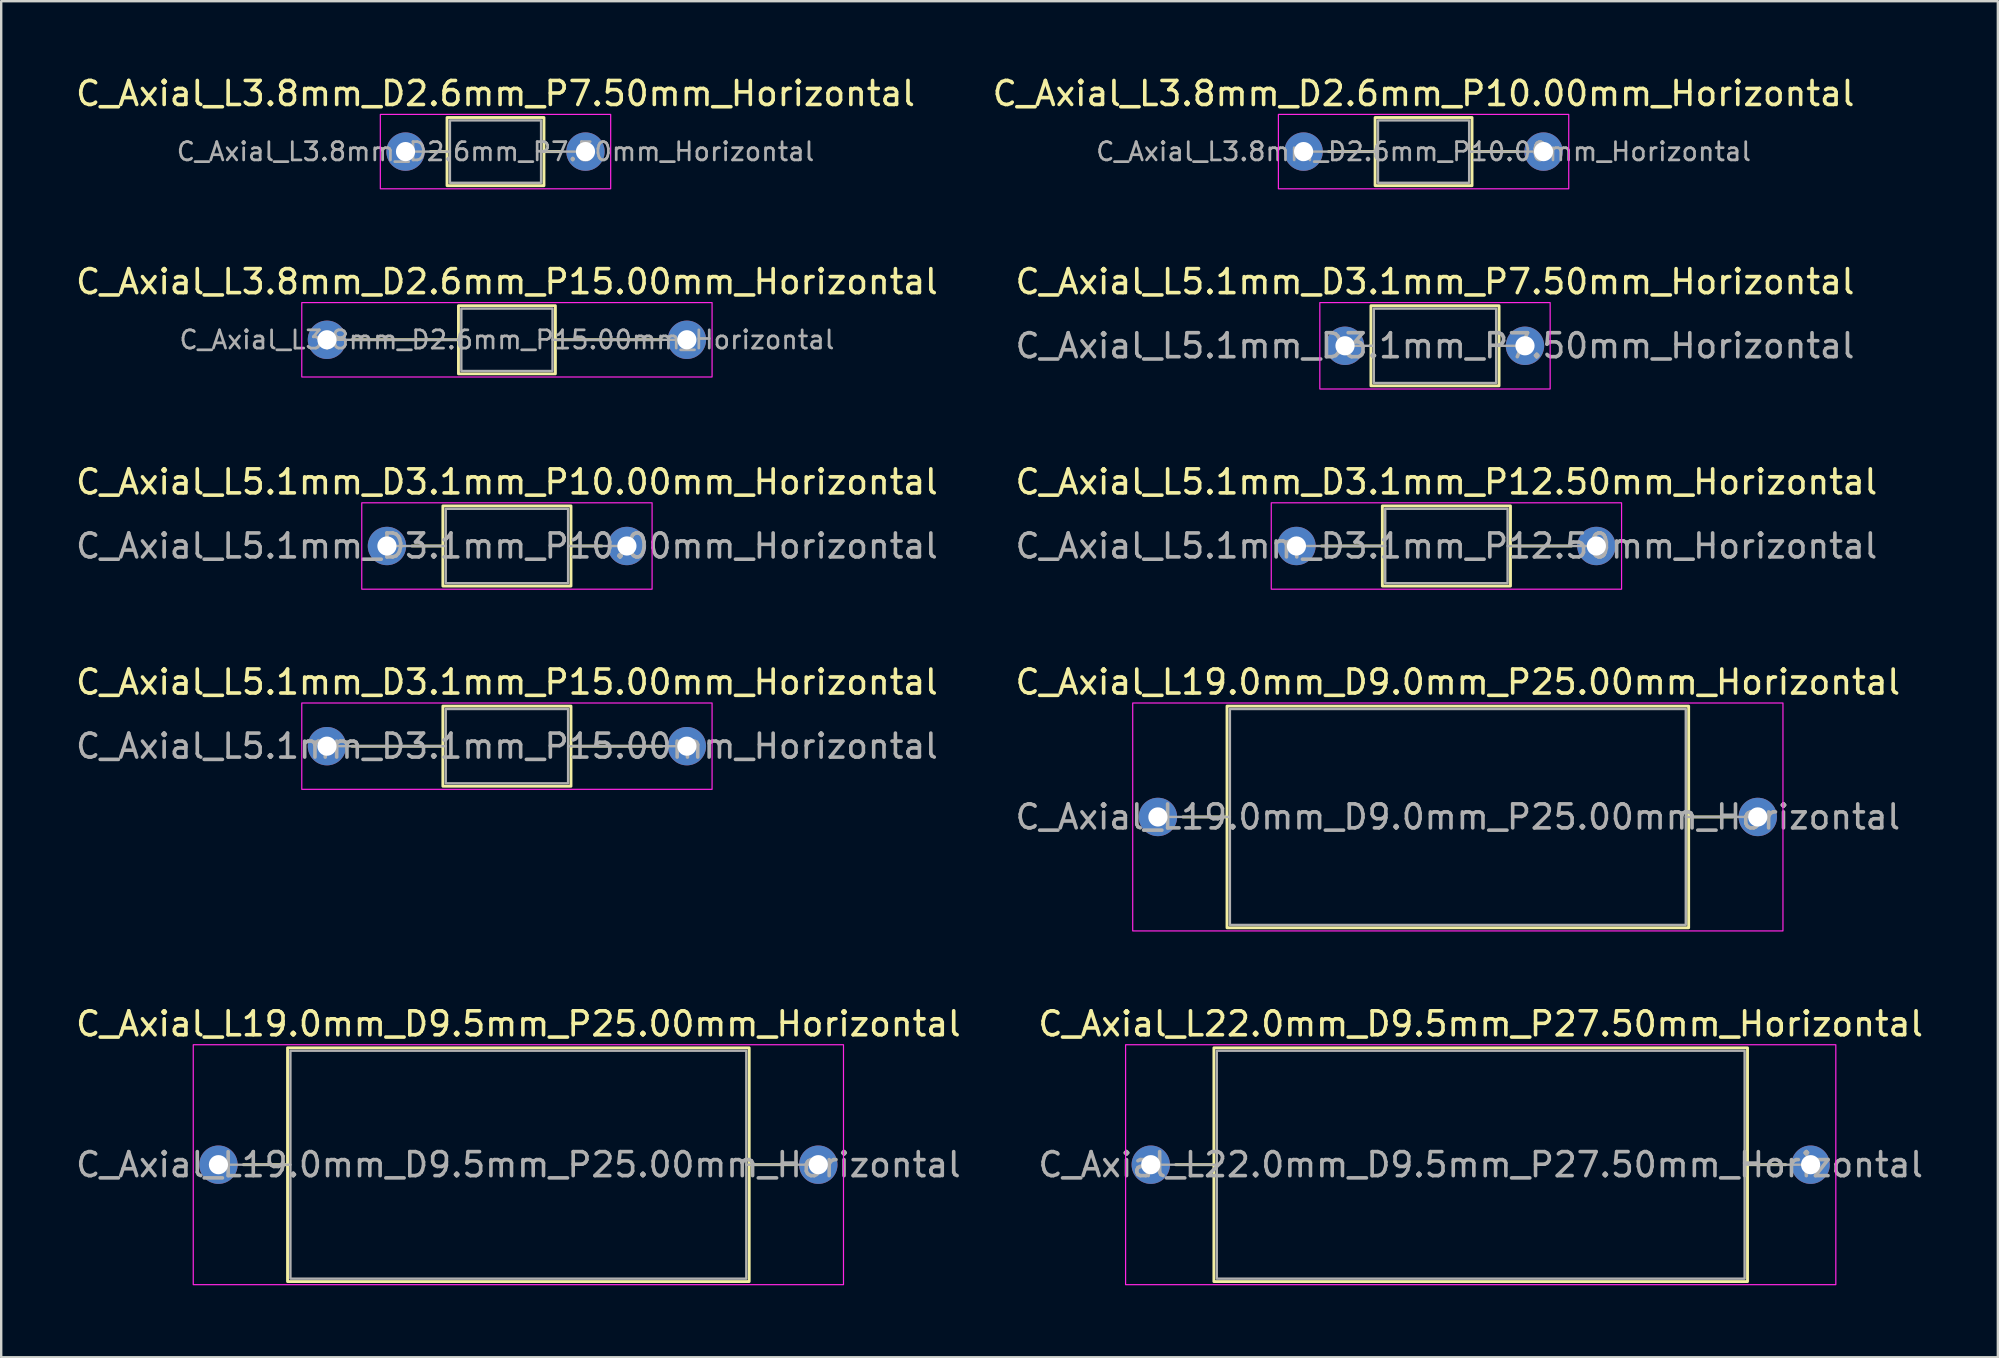
<source format=kicad_pcb>
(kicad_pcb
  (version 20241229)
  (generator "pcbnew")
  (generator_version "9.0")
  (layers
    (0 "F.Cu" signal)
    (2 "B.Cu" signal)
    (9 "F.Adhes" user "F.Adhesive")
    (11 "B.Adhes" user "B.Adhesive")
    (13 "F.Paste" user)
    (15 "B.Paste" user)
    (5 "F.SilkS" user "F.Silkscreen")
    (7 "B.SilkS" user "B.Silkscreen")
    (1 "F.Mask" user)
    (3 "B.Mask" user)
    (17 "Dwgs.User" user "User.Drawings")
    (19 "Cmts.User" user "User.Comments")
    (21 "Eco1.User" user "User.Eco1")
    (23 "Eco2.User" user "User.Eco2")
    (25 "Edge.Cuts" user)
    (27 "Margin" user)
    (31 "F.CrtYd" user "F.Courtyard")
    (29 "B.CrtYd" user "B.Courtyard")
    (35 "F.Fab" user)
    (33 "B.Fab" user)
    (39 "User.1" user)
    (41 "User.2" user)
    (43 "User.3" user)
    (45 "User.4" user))
  (footprint "C_Axial_L3.8mm_D2.6mm_P15.00mm_Horizontal"
    (layer "F.Cu")
    (at 10.577 11.111)
    (property "Reference" "C_Axial_L3.8mm_D2.6mm_P15.00mm_Horizontal" (at 7.5 -2.42 0) (layer "F.SilkS") (effects (font (size 1 1) (thickness 0.15))))
    (attr through_hole)
    (fp_line (start 1.04 0) (end 5.48 0) (stroke (width 0.12) (type solid)) (layer "F.SilkS"))
    (fp_line (start 13.96 0) (end 9.52 0) (stroke (width 0.12) (type solid)) (layer "F.SilkS"))
    (fp_rect (start 5.48 -1.42) (end 9.52 1.42) (stroke (width 0.12) (type solid)) (fill no) (layer "F.SilkS"))
    (fp_rect (start -1.05 -1.55) (end 16.05 1.55) (stroke (width 0.05) (type solid)) (fill no) (layer "F.CrtYd"))
    (fp_line (start 0 0) (end 5.6 0) (stroke (width 0.1) (type solid)) (layer "F.Fab"))
    (fp_line (start 15 0) (end 9.4 0) (stroke (width 0.1) (type solid)) (layer "F.Fab"))
    (fp_rect (start 5.6 -1.3) (end 9.4 1.3) (stroke (width 0.1) (type solid)) (fill no) (layer "F.Fab"))
    (fp_text user "${REFERENCE}" (at 7.5 0 0) (layer "F.Fab") (effects (font (size 0.76 0.76) (thickness 0.114))))
    (pad "1" thru_hole circle (at 0 0) (size 1.6 1.6) (drill 0.8) (layers "*.Cu" "*.Mask"))
    (pad "2" thru_hole circle (at 15 0) (size 1.6 1.6) (drill 0.8) (layers "*.Cu" "*.Mask")))
  (footprint "C_Axial_L3.8mm_D2.6mm_P7.50mm_Horizontal"
    (layer "F.Cu")
    (at 13.851 3.268)
    (property "Reference" "C_Axial_L3.8mm_D2.6mm_P7.50mm_Horizontal" (at 3.75 -2.42 0) (layer "F.SilkS") (effects (font (size 1 1) (thickness 0.15))))
    (attr through_hole)
    (fp_line (start 1.04 0) (end 1.73 0) (stroke (width 0.12) (type solid)) (layer "F.SilkS"))
    (fp_line (start 6.46 0) (end 5.77 0) (stroke (width 0.12) (type solid)) (layer "F.SilkS"))
    (fp_rect (start 1.73 -1.42) (end 5.77 1.42) (stroke (width 0.12) (type solid)) (fill no) (layer "F.SilkS"))
    (fp_rect (start -1.05 -1.55) (end 8.55 1.55) (stroke (width 0.05) (type solid)) (fill no) (layer "F.CrtYd"))
    (fp_line (start 0 0) (end 1.85 0) (stroke (width 0.1) (type solid)) (layer "F.Fab"))
    (fp_line (start 7.5 0) (end 5.65 0) (stroke (width 0.1) (type solid)) (layer "F.Fab"))
    (fp_rect (start 1.85 -1.3) (end 5.65 1.3) (stroke (width 0.1) (type solid)) (fill no) (layer "F.Fab"))
    (fp_text user "${REFERENCE}" (at 3.75 0 0) (layer "F.Fab") (effects (font (size 0.76 0.76) (thickness 0.114))))
    (pad "1" thru_hole circle (at 0 0) (size 1.6 1.6) (drill 0.8) (layers "*.Cu" "*.Mask"))
    (pad "2" thru_hole circle (at 7.5 0) (size 1.6 1.6) (drill 0.8) (layers "*.Cu" "*.Mask")))
  (footprint "C_Axial_L3.8mm_D2.6mm_P10.00mm_Horizontal"
    (layer "F.Cu")
    (at 51.28 3.268)
    (property "Reference" "C_Axial_L3.8mm_D2.6mm_P10.00mm_Horizontal" (at 5 -2.42 0) (layer "F.SilkS") (effects (font (size 1 1) (thickness 0.15))))
    (attr through_hole)
    (fp_line (start 1.04 0) (end 2.98 0) (stroke (width 0.12) (type solid)) (layer "F.SilkS"))
    (fp_line (start 8.96 0) (end 7.02 0) (stroke (width 0.12) (type solid)) (layer "F.SilkS"))
    (fp_rect (start 2.98 -1.42) (end 7.02 1.42) (stroke (width 0.12) (type solid)) (fill no) (layer "F.SilkS"))
    (fp_rect (start -1.05 -1.55) (end 11.05 1.55) (stroke (width 0.05) (type solid)) (fill no) (layer "F.CrtYd"))
    (fp_line (start 0 0) (end 3.1 0) (stroke (width 0.1) (type solid)) (layer "F.Fab"))
    (fp_line (start 10 0) (end 6.9 0) (stroke (width 0.1) (type solid)) (layer "F.Fab"))
    (fp_rect (start 3.1 -1.3) (end 6.9 1.3) (stroke (width 0.1) (type solid)) (fill no) (layer "F.Fab"))
    (fp_text user "${REFERENCE}" (at 5 0 0) (layer "F.Fab") (effects (font (size 0.76 0.76) (thickness 0.114))))
    (pad "1" thru_hole circle (at 0 0) (size 1.6 1.6) (drill 0.8) (layers "*.Cu" "*.Mask"))
    (pad "2" thru_hole circle (at 10 0) (size 1.6 1.6) (drill 0.8) (layers "*.Cu" "*.Mask")))
  (footprint "C_Axial_L19.0mm_D9.0mm_P25.00mm_Horizontal"
    (layer "F.Cu")
    (at 45.208 30.998)
    (property "Reference" "C_Axial_L19.0mm_D9.0mm_P25.00mm_Horizontal" (at 12.5 -5.62 0) (layer "F.SilkS") (effects (font (size 1 1) (thickness 0.15))))
    (attr through_hole)
    (fp_line (start 1.04 0) (end 2.88 0) (stroke (width 0.12) (type solid)) (layer "F.SilkS"))
    (fp_line (start 23.96 0) (end 22.12 0) (stroke (width 0.12) (type solid)) (layer "F.SilkS"))
    (fp_rect (start 2.88 -4.62) (end 22.12 4.62) (stroke (width 0.12) (type solid)) (fill no) (layer "F.SilkS"))
    (fp_rect (start -1.05 -4.75) (end 26.05 4.75) (stroke (width 0.05) (type solid)) (fill no) (layer "F.CrtYd"))
    (fp_line (start 0 0) (end 3 0) (stroke (width 0.1) (type solid)) (layer "F.Fab"))
    (fp_line (start 25 0) (end 22 0) (stroke (width 0.1) (type solid)) (layer "F.Fab"))
    (fp_rect (start 3 -4.5) (end 22 4.5) (stroke (width 0.1) (type solid)) (fill no) (layer "F.Fab"))
    (fp_text user "${REFERENCE}" (at 12.5 0 0) (layer "F.Fab") (effects (font (size 1 1) (thickness 0.15))))
    (pad "1" thru_hole circle (at 0 0) (size 1.6 1.6) (drill 0.8) (layers "*.Cu" "*.Mask"))
    (pad "2" thru_hole circle (at 25 0) (size 1.6 1.6) (drill 0.8) (layers "*.Cu" "*.Mask")))
  (footprint "C_Axial_L19.0mm_D9.5mm_P25.00mm_Horizontal"
    (layer "F.Cu")
    (at 6.054 45.491)
    (property "Reference" "C_Axial_L19.0mm_D9.5mm_P25.00mm_Horizontal" (at 12.5 -5.87 0) (layer "F.SilkS") (effects (font (size 1 1) (thickness 0.15))))
    (attr through_hole)
    (fp_line (start 1.04 0) (end 2.88 0) (stroke (width 0.12) (type solid)) (layer "F.SilkS"))
    (fp_line (start 23.96 0) (end 22.12 0) (stroke (width 0.12) (type solid)) (layer "F.SilkS"))
    (fp_rect (start 2.88 -4.87) (end 22.12 4.87) (stroke (width 0.12) (type solid)) (fill no) (layer "F.SilkS"))
    (fp_rect (start -1.05 -5) (end 26.05 5) (stroke (width 0.05) (type solid)) (fill no) (layer "F.CrtYd"))
    (fp_line (start 0 0) (end 3 0) (stroke (width 0.1) (type solid)) (layer "F.Fab"))
    (fp_line (start 25 0) (end 22 0) (stroke (width 0.1) (type solid)) (layer "F.Fab"))
    (fp_rect (start 3 -4.75) (end 22 4.75) (stroke (width 0.1) (type solid)) (fill no) (layer "F.Fab"))
    (fp_text user "${REFERENCE}" (at 12.5 0 0) (layer "F.Fab") (effects (font (size 1 1) (thickness 0.15))))
    (pad "1" thru_hole circle (at 0 0) (size 1.6 1.6) (drill 0.8) (layers "*.Cu" "*.Mask"))
    (pad "2" thru_hole circle (at 25 0) (size 1.6 1.6) (drill 0.8) (layers "*.Cu" "*.Mask")))
  (footprint "C_Axial_L5.1mm_D3.1mm_P12.50mm_Horizontal"
    (layer "F.Cu")
    (at 50.982 19.705)
    (property "Reference" "C_Axial_L5.1mm_D3.1mm_P12.50mm_Horizontal" (at 6.25 -2.67 0) (layer "F.SilkS") (effects (font (size 1 1) (thickness 0.15))))
    (attr through_hole)
    (fp_line (start 1.04 0) (end 3.58 0) (stroke (width 0.12) (type solid)) (layer "F.SilkS"))
    (fp_line (start 11.46 0) (end 8.92 0) (stroke (width 0.12) (type solid)) (layer "F.SilkS"))
    (fp_rect (start 3.58 -1.67) (end 8.92 1.67) (stroke (width 0.12) (type solid)) (fill no) (layer "F.SilkS"))
    (fp_rect (start -1.05 -1.8) (end 13.55 1.8) (stroke (width 0.05) (type solid)) (fill no) (layer "F.CrtYd"))
    (fp_line (start 0 0) (end 3.7 0) (stroke (width 0.1) (type solid)) (layer "F.Fab"))
    (fp_line (start 12.5 0) (end 8.8 0) (stroke (width 0.1) (type solid)) (layer "F.Fab"))
    (fp_rect (start 3.7 -1.55) (end 8.8 1.55) (stroke (width 0.1) (type solid)) (fill no) (layer "F.Fab"))
    (fp_text user "${REFERENCE}" (at 6.25 0 0) (layer "F.Fab") (effects (font (size 1 1) (thickness 0.15))))
    (pad "1" thru_hole circle (at 0 0) (size 1.6 1.6) (drill 0.8) (layers "*.Cu" "*.Mask"))
    (pad "2" thru_hole circle (at 12.5 0) (size 1.6 1.6) (drill 0.8) (layers "*.Cu" "*.Mask")))
  (footprint "C_Axial_L5.1mm_D3.1mm_P15.00mm_Horizontal"
    (layer "F.Cu")
    (at 10.577 28.048)
    (property "Reference" "C_Axial_L5.1mm_D3.1mm_P15.00mm_Horizontal" (at 7.5 -2.67 0) (layer "F.SilkS") (effects (font (size 1 1) (thickness 0.15))))
    (attr through_hole)
    (fp_line (start 1.04 0) (end 4.83 0) (stroke (width 0.12) (type solid)) (layer "F.SilkS"))
    (fp_line (start 13.96 0) (end 10.17 0) (stroke (width 0.12) (type solid)) (layer "F.SilkS"))
    (fp_rect (start 4.83 -1.67) (end 10.17 1.67) (stroke (width 0.12) (type solid)) (fill no) (layer "F.SilkS"))
    (fp_rect (start -1.05 -1.8) (end 16.05 1.8) (stroke (width 0.05) (type solid)) (fill no) (layer "F.CrtYd"))
    (fp_line (start 0 0) (end 4.95 0) (stroke (width 0.1) (type solid)) (layer "F.Fab"))
    (fp_line (start 15 0) (end 10.05 0) (stroke (width 0.1) (type solid)) (layer "F.Fab"))
    (fp_rect (start 4.95 -1.55) (end 10.05 1.55) (stroke (width 0.1) (type solid)) (fill no) (layer "F.Fab"))
    (fp_text user "${REFERENCE}" (at 7.5 0 0) (layer "F.Fab") (effects (font (size 1 1) (thickness 0.15))))
    (pad "1" thru_hole circle (at 0 0) (size 1.6 1.6) (drill 0.8) (layers "*.Cu" "*.Mask"))
    (pad "2" thru_hole circle (at 15 0) (size 1.6 1.6) (drill 0.8) (layers "*.Cu" "*.Mask")))
  (footprint "C_Axial_L22.0mm_D9.5mm_P27.50mm_Horizontal"
    (layer "F.Cu")
    (at 44.911 45.491)
    (property "Reference" "C_Axial_L22.0mm_D9.5mm_P27.50mm_Horizontal" (at 13.75 -5.87 0) (layer "F.SilkS") (effects (font (size 1 1) (thickness 0.15))))
    (attr through_hole)
    (fp_line (start 1.04 0) (end 2.63 0) (stroke (width 0.12) (type solid)) (layer "F.SilkS"))
    (fp_line (start 26.46 0) (end 24.87 0) (stroke (width 0.12) (type solid)) (layer "F.SilkS"))
    (fp_rect (start 2.63 -4.87) (end 24.87 4.87) (stroke (width 0.12) (type solid)) (fill no) (layer "F.SilkS"))
    (fp_rect (start -1.05 -5) (end 28.55 5) (stroke (width 0.05) (type solid)) (fill no) (layer "F.CrtYd"))
    (fp_line (start 0 0) (end 2.75 0) (stroke (width 0.1) (type solid)) (layer "F.Fab"))
    (fp_line (start 27.5 0) (end 24.75 0) (stroke (width 0.1) (type solid)) (layer "F.Fab"))
    (fp_rect (start 2.75 -4.75) (end 24.75 4.75) (stroke (width 0.1) (type solid)) (fill no) (layer "F.Fab"))
    (fp_text user "${REFERENCE}" (at 13.75 0 0) (layer "F.Fab") (effects (font (size 1 1) (thickness 0.15))))
    (pad "1" thru_hole circle (at 0 0) (size 1.6 1.6) (drill 0.8) (layers "*.Cu" "*.Mask"))
    (pad "2" thru_hole circle (at 27.5 0) (size 1.6 1.6) (drill 0.8) (layers "*.Cu" "*.Mask")))
  (footprint "C_Axial_L5.1mm_D3.1mm_P7.50mm_Horizontal"
    (layer "F.Cu")
    (at 53.006 11.361)
    (property "Reference" "C_Axial_L5.1mm_D3.1mm_P7.50mm_Horizontal" (at 3.75 -2.67 0) (layer "F.SilkS") (effects (font (size 1 1) (thickness 0.15))))
    (attr through_hole)
    (fp_line (start 1.04 0) (end 1.08 0) (stroke (width 0.12) (type solid)) (layer "F.SilkS"))
    (fp_line (start 6.46 0) (end 6.42 0) (stroke (width 0.12) (type solid)) (layer "F.SilkS"))
    (fp_rect (start 1.08 -1.67) (end 6.42 1.67) (stroke (width 0.12) (type solid)) (fill no) (layer "F.SilkS"))
    (fp_rect (start -1.05 -1.8) (end 8.55 1.8) (stroke (width 0.05) (type solid)) (fill no) (layer "F.CrtYd"))
    (fp_line (start 0 0) (end 1.2 0) (stroke (width 0.1) (type solid)) (layer "F.Fab"))
    (fp_line (start 7.5 0) (end 6.3 0) (stroke (width 0.1) (type solid)) (layer "F.Fab"))
    (fp_rect (start 1.2 -1.55) (end 6.3 1.55) (stroke (width 0.1) (type solid)) (fill no) (layer "F.Fab"))
    (fp_text user "${REFERENCE}" (at 3.75 0 0) (layer "F.Fab") (effects (font (size 1 1) (thickness 0.15))))
    (pad "1" thru_hole circle (at 0 0) (size 1.6 1.6) (drill 0.8) (layers "*.Cu" "*.Mask"))
    (pad "2" thru_hole circle (at 7.5 0) (size 1.6 1.6) (drill 0.8) (layers "*.Cu" "*.Mask")))
  (footprint "C_Axial_L5.1mm_D3.1mm_P10.00mm_Horizontal"
    (layer "F.Cu")
    (at 13.077 19.705)
    (property "Reference" "C_Axial_L5.1mm_D3.1mm_P10.00mm_Horizontal" (at 5 -2.67 0) (layer "F.SilkS") (effects (font (size 1 1) (thickness 0.15))))
    (attr through_hole)
    (fp_line (start 1.04 0) (end 2.33 0) (stroke (width 0.12) (type solid)) (layer "F.SilkS"))
    (fp_line (start 8.96 0) (end 7.67 0) (stroke (width 0.12) (type solid)) (layer "F.SilkS"))
    (fp_rect (start 2.33 -1.67) (end 7.67 1.67) (stroke (width 0.12) (type solid)) (fill no) (layer "F.SilkS"))
    (fp_rect (start -1.05 -1.8) (end 11.05 1.8) (stroke (width 0.05) (type solid)) (fill no) (layer "F.CrtYd"))
    (fp_line (start 0 0) (end 2.45 0) (stroke (width 0.1) (type solid)) (layer "F.Fab"))
    (fp_line (start 10 0) (end 7.55 0) (stroke (width 0.1) (type solid)) (layer "F.Fab"))
    (fp_rect (start 2.45 -1.55) (end 7.55 1.55) (stroke (width 0.1) (type solid)) (fill no) (layer "F.Fab"))
    (fp_text user "${REFERENCE}" (at 5 0 0) (layer "F.Fab") (effects (font (size 1 1) (thickness 0.15))))
    (pad "1" thru_hole circle (at 0 0) (size 1.6 1.6) (drill 0.8) (layers "*.Cu" "*.Mask"))
    (pad "2" thru_hole circle (at 10 0) (size 1.6 1.6) (drill 0.8) (layers "*.Cu" "*.Mask")))
  (gr_rect
    (start -3 -3)
    (end 80.214 53.516)
    (stroke (width 0.1) (type default))
    (fill no)
    (layer "Edge.Cuts")))
</source>
